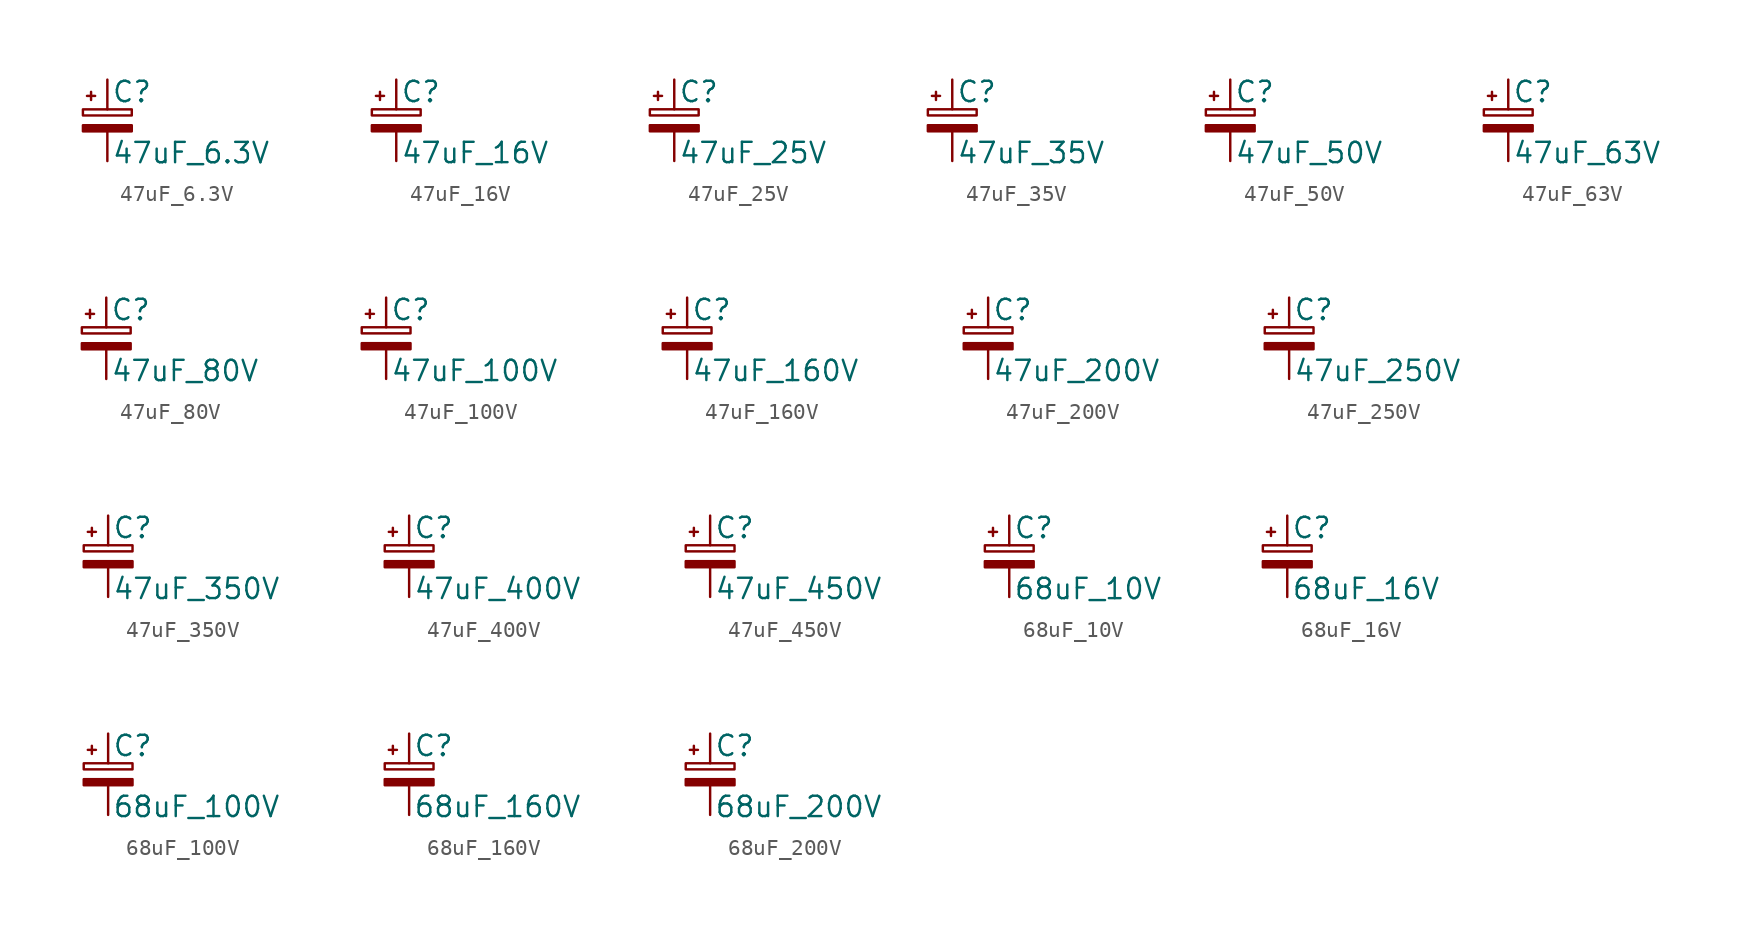
<source format=kicad_sym>
(kicad_symbol_lib
  (version 20211014)
  (generator kicad_symbol_editor)
  (symbol "47uF_6.3V"
    (pin_numbers hide)
    (pin_names
      (offset 0.254) hide)
    (property "Reference" "C"
      (at 0.254 1.778 0)
      (effects (font (size 1.27 1.27)) (justify left)))
    (property "Value" "47uF_6.3V"
      (at 0.254 -2.032 0)
      (effects (font (size 1.27 1.27)) (justify left)))
    (symbol "47uF_6.3V_0_1"
      (rectangle (start -1.524 -0.305) (end 1.524 -0.686) (stroke (width 0) (type default) (color 0 0 0 0)) (fill (type outline)))
      (rectangle (start -1.524 0.686) (end 1.524 0.305) (stroke (width 0) (type default) (color 0 0 0 0)) (fill (type none)))
      (polyline (pts (xy -1.27 1.524) (xy -0.762 1.524)) (stroke (width 0) (type default) (color 0 0 0 0)) (fill (type none)))
      (polyline (pts (xy -1.016 1.27) (xy -1.016 1.778)) (stroke (width 0) (type default) (color 0 0 0 0)) (fill (type none))))
    (symbol "47uF_6.3V_1_1"
      (pin passive line (at 0 2.54 270) (length 1.854) (name "~" (effects (font (size 1.27 1.27)))) (number "1" (effects (font (size 1.27 1.27)))))
      (pin passive line (at 0 -2.54 90) (length 1.854) (name "~" (effects (font (size 1.27 1.27)))) (number "2" (effects (font (size 1.27 1.27)))))))
  (symbol "47uF_16V"
    (pin_numbers hide)
    (pin_names
      (offset 0.254) hide)
    (property "Reference" "C"
      (at 0.254 1.778 0)
      (effects (font (size 1.27 1.27)) (justify left)))
    (property "Value" "47uF_16V"
      (at 0.254 -2.032 0)
      (effects (font (size 1.27 1.27)) (justify left)))
    (symbol "47uF_16V_0_1"
      (rectangle (start -1.524 -0.305) (end 1.524 -0.686) (stroke (width 0) (type default) (color 0 0 0 0)) (fill (type outline)))
      (rectangle (start -1.524 0.686) (end 1.524 0.305) (stroke (width 0) (type default) (color 0 0 0 0)) (fill (type none)))
      (polyline (pts (xy -1.27 1.524) (xy -0.762 1.524)) (stroke (width 0) (type default) (color 0 0 0 0)) (fill (type none)))
      (polyline (pts (xy -1.016 1.27) (xy -1.016 1.778)) (stroke (width 0) (type default) (color 0 0 0 0)) (fill (type none))))
    (symbol "47uF_16V_1_1"
      (pin passive line (at 0 2.54 270) (length 1.854) (name "~" (effects (font (size 1.27 1.27)))) (number "1" (effects (font (size 1.27 1.27)))))
      (pin passive line (at 0 -2.54 90) (length 1.854) (name "~" (effects (font (size 1.27 1.27)))) (number "2" (effects (font (size 1.27 1.27)))))))
  (symbol "47uF_25V"
    (pin_numbers hide)
    (pin_names
      (offset 0.254) hide)
    (property "Reference" "C"
      (at 0.254 1.778 0)
      (effects (font (size 1.27 1.27)) (justify left)))
    (property "Value" "47uF_25V"
      (at 0.254 -2.032 0)
      (effects (font (size 1.27 1.27)) (justify left)))
    (symbol "47uF_25V_0_1"
      (rectangle (start -1.524 -0.305) (end 1.524 -0.686) (stroke (width 0) (type default) (color 0 0 0 0)) (fill (type outline)))
      (rectangle (start -1.524 0.686) (end 1.524 0.305) (stroke (width 0) (type default) (color 0 0 0 0)) (fill (type none)))
      (polyline (pts (xy -1.27 1.524) (xy -0.762 1.524)) (stroke (width 0) (type default) (color 0 0 0 0)) (fill (type none)))
      (polyline (pts (xy -1.016 1.27) (xy -1.016 1.778)) (stroke (width 0) (type default) (color 0 0 0 0)) (fill (type none))))
    (symbol "47uF_25V_1_1"
      (pin passive line (at 0 2.54 270) (length 1.854) (name "~" (effects (font (size 1.27 1.27)))) (number "1" (effects (font (size 1.27 1.27)))))
      (pin passive line (at 0 -2.54 90) (length 1.854) (name "~" (effects (font (size 1.27 1.27)))) (number "2" (effects (font (size 1.27 1.27)))))))
  (symbol "47uF_35V"
    (pin_numbers hide)
    (pin_names
      (offset 0.254) hide)
    (property "Reference" "C"
      (at 0.254 1.778 0)
      (effects (font (size 1.27 1.27)) (justify left)))
    (property "Value" "47uF_35V"
      (at 0.254 -2.032 0)
      (effects (font (size 1.27 1.27)) (justify left)))
    (symbol "47uF_35V_0_1"
      (rectangle (start -1.524 -0.305) (end 1.524 -0.686) (stroke (width 0) (type default) (color 0 0 0 0)) (fill (type outline)))
      (rectangle (start -1.524 0.686) (end 1.524 0.305) (stroke (width 0) (type default) (color 0 0 0 0)) (fill (type none)))
      (polyline (pts (xy -1.27 1.524) (xy -0.762 1.524)) (stroke (width 0) (type default) (color 0 0 0 0)) (fill (type none)))
      (polyline (pts (xy -1.016 1.27) (xy -1.016 1.778)) (stroke (width 0) (type default) (color 0 0 0 0)) (fill (type none))))
    (symbol "47uF_35V_1_1"
      (pin passive line (at 0 2.54 270) (length 1.854) (name "~" (effects (font (size 1.27 1.27)))) (number "1" (effects (font (size 1.27 1.27)))))
      (pin passive line (at 0 -2.54 90) (length 1.854) (name "~" (effects (font (size 1.27 1.27)))) (number "2" (effects (font (size 1.27 1.27)))))))
  (symbol "47uF_50V"
    (pin_numbers hide)
    (pin_names
      (offset 0.254) hide)
    (property "Reference" "C"
      (at 0.254 1.778 0)
      (effects (font (size 1.27 1.27)) (justify left)))
    (property "Value" "47uF_50V"
      (at 0.254 -2.032 0)
      (effects (font (size 1.27 1.27)) (justify left)))
    (symbol "47uF_50V_0_1"
      (rectangle (start -1.524 -0.305) (end 1.524 -0.686) (stroke (width 0) (type default) (color 0 0 0 0)) (fill (type outline)))
      (rectangle (start -1.524 0.686) (end 1.524 0.305) (stroke (width 0) (type default) (color 0 0 0 0)) (fill (type none)))
      (polyline (pts (xy -1.27 1.524) (xy -0.762 1.524)) (stroke (width 0) (type default) (color 0 0 0 0)) (fill (type none)))
      (polyline (pts (xy -1.016 1.27) (xy -1.016 1.778)) (stroke (width 0) (type default) (color 0 0 0 0)) (fill (type none))))
    (symbol "47uF_50V_1_1"
      (pin passive line (at 0 2.54 270) (length 1.854) (name "~" (effects (font (size 1.27 1.27)))) (number "1" (effects (font (size 1.27 1.27)))))
      (pin passive line (at 0 -2.54 90) (length 1.854) (name "~" (effects (font (size 1.27 1.27)))) (number "2" (effects (font (size 1.27 1.27)))))))
  (symbol "47uF_63V"
    (pin_numbers hide)
    (pin_names
      (offset 0.254) hide)
    (property "Reference" "C"
      (at 0.254 1.778 0)
      (effects (font (size 1.27 1.27)) (justify left)))
    (property "Value" "47uF_63V"
      (at 0.254 -2.032 0)
      (effects (font (size 1.27 1.27)) (justify left)))
    (symbol "47uF_63V_0_1"
      (rectangle (start -1.524 -0.305) (end 1.524 -0.686) (stroke (width 0) (type default) (color 0 0 0 0)) (fill (type outline)))
      (rectangle (start -1.524 0.686) (end 1.524 0.305) (stroke (width 0) (type default) (color 0 0 0 0)) (fill (type none)))
      (polyline (pts (xy -1.27 1.524) (xy -0.762 1.524)) (stroke (width 0) (type default) (color 0 0 0 0)) (fill (type none)))
      (polyline (pts (xy -1.016 1.27) (xy -1.016 1.778)) (stroke (width 0) (type default) (color 0 0 0 0)) (fill (type none))))
    (symbol "47uF_63V_1_1"
      (pin passive line (at 0 2.54 270) (length 1.854) (name "~" (effects (font (size 1.27 1.27)))) (number "1" (effects (font (size 1.27 1.27)))))
      (pin passive line (at 0 -2.54 90) (length 1.854) (name "~" (effects (font (size 1.27 1.27)))) (number "2" (effects (font (size 1.27 1.27)))))))
  (symbol "47uF_80V"
    (pin_numbers hide)
    (pin_names
      (offset 0.254) hide)
    (property "Reference" "C"
      (at 0.254 1.778 0)
      (effects (font (size 1.27 1.27)) (justify left)))
    (property "Value" "47uF_80V"
      (at 0.254 -2.032 0)
      (effects (font (size 1.27 1.27)) (justify left)))
    (symbol "47uF_80V_0_1"
      (rectangle (start -1.524 -0.305) (end 1.524 -0.686) (stroke (width 0) (type default) (color 0 0 0 0)) (fill (type outline)))
      (rectangle (start -1.524 0.686) (end 1.524 0.305) (stroke (width 0) (type default) (color 0 0 0 0)) (fill (type none)))
      (polyline (pts (xy -1.27 1.524) (xy -0.762 1.524)) (stroke (width 0) (type default) (color 0 0 0 0)) (fill (type none)))
      (polyline (pts (xy -1.016 1.27) (xy -1.016 1.778)) (stroke (width 0) (type default) (color 0 0 0 0)) (fill (type none))))
    (symbol "47uF_80V_1_1"
      (pin passive line (at 0 2.54 270) (length 1.854) (name "~" (effects (font (size 1.27 1.27)))) (number "1" (effects (font (size 1.27 1.27)))))
      (pin passive line (at 0 -2.54 90) (length 1.854) (name "~" (effects (font (size 1.27 1.27)))) (number "2" (effects (font (size 1.27 1.27)))))))
  (symbol "47uF_100V"
    (pin_numbers hide)
    (pin_names
      (offset 0.254) hide)
    (property "Reference" "C"
      (at 0.254 1.778 0)
      (effects (font (size 1.27 1.27)) (justify left)))
    (property "Value" "47uF_100V"
      (at 0.254 -2.032 0)
      (effects (font (size 1.27 1.27)) (justify left)))
    (symbol "47uF_100V_0_1"
      (rectangle (start -1.524 -0.305) (end 1.524 -0.686) (stroke (width 0) (type default) (color 0 0 0 0)) (fill (type outline)))
      (rectangle (start -1.524 0.686) (end 1.524 0.305) (stroke (width 0) (type default) (color 0 0 0 0)) (fill (type none)))
      (polyline (pts (xy -1.27 1.524) (xy -0.762 1.524)) (stroke (width 0) (type default) (color 0 0 0 0)) (fill (type none)))
      (polyline (pts (xy -1.016 1.27) (xy -1.016 1.778)) (stroke (width 0) (type default) (color 0 0 0 0)) (fill (type none))))
    (symbol "47uF_100V_1_1"
      (pin passive line (at 0 2.54 270) (length 1.854) (name "~" (effects (font (size 1.27 1.27)))) (number "1" (effects (font (size 1.27 1.27)))))
      (pin passive line (at 0 -2.54 90) (length 1.854) (name "~" (effects (font (size 1.27 1.27)))) (number "2" (effects (font (size 1.27 1.27)))))))
  (symbol "47uF_160V"
    (pin_numbers hide)
    (pin_names
      (offset 0.254) hide)
    (property "Reference" "C"
      (at 0.254 1.778 0)
      (effects (font (size 1.27 1.27)) (justify left)))
    (property "Value" "47uF_160V"
      (at 0.254 -2.032 0)
      (effects (font (size 1.27 1.27)) (justify left)))
    (symbol "47uF_160V_0_1"
      (rectangle (start -1.524 -0.305) (end 1.524 -0.686) (stroke (width 0) (type default) (color 0 0 0 0)) (fill (type outline)))
      (rectangle (start -1.524 0.686) (end 1.524 0.305) (stroke (width 0) (type default) (color 0 0 0 0)) (fill (type none)))
      (polyline (pts (xy -1.27 1.524) (xy -0.762 1.524)) (stroke (width 0) (type default) (color 0 0 0 0)) (fill (type none)))
      (polyline (pts (xy -1.016 1.27) (xy -1.016 1.778)) (stroke (width 0) (type default) (color 0 0 0 0)) (fill (type none))))
    (symbol "47uF_160V_1_1"
      (pin passive line (at 0 2.54 270) (length 1.854) (name "~" (effects (font (size 1.27 1.27)))) (number "1" (effects (font (size 1.27 1.27)))))
      (pin passive line (at 0 -2.54 90) (length 1.854) (name "~" (effects (font (size 1.27 1.27)))) (number "2" (effects (font (size 1.27 1.27)))))))
  (symbol "47uF_200V"
    (pin_numbers hide)
    (pin_names
      (offset 0.254) hide)
    (property "Reference" "C"
      (at 0.254 1.778 0)
      (effects (font (size 1.27 1.27)) (justify left)))
    (property "Value" "47uF_200V"
      (at 0.254 -2.032 0)
      (effects (font (size 1.27 1.27)) (justify left)))
    (symbol "47uF_200V_0_1"
      (rectangle (start -1.524 -0.305) (end 1.524 -0.686) (stroke (width 0) (type default) (color 0 0 0 0)) (fill (type outline)))
      (rectangle (start -1.524 0.686) (end 1.524 0.305) (stroke (width 0) (type default) (color 0 0 0 0)) (fill (type none)))
      (polyline (pts (xy -1.27 1.524) (xy -0.762 1.524)) (stroke (width 0) (type default) (color 0 0 0 0)) (fill (type none)))
      (polyline (pts (xy -1.016 1.27) (xy -1.016 1.778)) (stroke (width 0) (type default) (color 0 0 0 0)) (fill (type none))))
    (symbol "47uF_200V_1_1"
      (pin passive line (at 0 2.54 270) (length 1.854) (name "~" (effects (font (size 1.27 1.27)))) (number "1" (effects (font (size 1.27 1.27)))))
      (pin passive line (at 0 -2.54 90) (length 1.854) (name "~" (effects (font (size 1.27 1.27)))) (number "2" (effects (font (size 1.27 1.27)))))))
  (symbol "47uF_250V"
    (pin_numbers hide)
    (pin_names
      (offset 0.254) hide)
    (property "Reference" "C"
      (at 0.254 1.778 0)
      (effects (font (size 1.27 1.27)) (justify left)))
    (property "Value" "47uF_250V"
      (at 0.254 -2.032 0)
      (effects (font (size 1.27 1.27)) (justify left)))
    (symbol "47uF_250V_0_1"
      (rectangle (start -1.524 -0.305) (end 1.524 -0.686) (stroke (width 0) (type default) (color 0 0 0 0)) (fill (type outline)))
      (rectangle (start -1.524 0.686) (end 1.524 0.305) (stroke (width 0) (type default) (color 0 0 0 0)) (fill (type none)))
      (polyline (pts (xy -1.27 1.524) (xy -0.762 1.524)) (stroke (width 0) (type default) (color 0 0 0 0)) (fill (type none)))
      (polyline (pts (xy -1.016 1.27) (xy -1.016 1.778)) (stroke (width 0) (type default) (color 0 0 0 0)) (fill (type none))))
    (symbol "47uF_250V_1_1"
      (pin passive line (at 0 2.54 270) (length 1.854) (name "~" (effects (font (size 1.27 1.27)))) (number "1" (effects (font (size 1.27 1.27)))))
      (pin passive line (at 0 -2.54 90) (length 1.854) (name "~" (effects (font (size 1.27 1.27)))) (number "2" (effects (font (size 1.27 1.27)))))))
  (symbol "47uF_350V"
    (pin_numbers hide)
    (pin_names
      (offset 0.254) hide)
    (property "Reference" "C"
      (at 0.254 1.778 0)
      (effects (font (size 1.27 1.27)) (justify left)))
    (property "Value" "47uF_350V"
      (at 0.254 -2.032 0)
      (effects (font (size 1.27 1.27)) (justify left)))
    (symbol "47uF_350V_0_1"
      (rectangle (start -1.524 -0.305) (end 1.524 -0.686) (stroke (width 0) (type default) (color 0 0 0 0)) (fill (type outline)))
      (rectangle (start -1.524 0.686) (end 1.524 0.305) (stroke (width 0) (type default) (color 0 0 0 0)) (fill (type none)))
      (polyline (pts (xy -1.27 1.524) (xy -0.762 1.524)) (stroke (width 0) (type default) (color 0 0 0 0)) (fill (type none)))
      (polyline (pts (xy -1.016 1.27) (xy -1.016 1.778)) (stroke (width 0) (type default) (color 0 0 0 0)) (fill (type none))))
    (symbol "47uF_350V_1_1"
      (pin passive line (at 0 2.54 270) (length 1.854) (name "~" (effects (font (size 1.27 1.27)))) (number "1" (effects (font (size 1.27 1.27)))))
      (pin passive line (at 0 -2.54 90) (length 1.854) (name "~" (effects (font (size 1.27 1.27)))) (number "2" (effects (font (size 1.27 1.27)))))))
  (symbol "47uF_400V"
    (pin_numbers hide)
    (pin_names
      (offset 0.254) hide)
    (property "Reference" "C"
      (at 0.254 1.778 0)
      (effects (font (size 1.27 1.27)) (justify left)))
    (property "Value" "47uF_400V"
      (at 0.254 -2.032 0)
      (effects (font (size 1.27 1.27)) (justify left)))
    (symbol "47uF_400V_0_1"
      (rectangle (start -1.524 -0.305) (end 1.524 -0.686) (stroke (width 0) (type default) (color 0 0 0 0)) (fill (type outline)))
      (rectangle (start -1.524 0.686) (end 1.524 0.305) (stroke (width 0) (type default) (color 0 0 0 0)) (fill (type none)))
      (polyline (pts (xy -1.27 1.524) (xy -0.762 1.524)) (stroke (width 0) (type default) (color 0 0 0 0)) (fill (type none)))
      (polyline (pts (xy -1.016 1.27) (xy -1.016 1.778)) (stroke (width 0) (type default) (color 0 0 0 0)) (fill (type none))))
    (symbol "47uF_400V_1_1"
      (pin passive line (at 0 2.54 270) (length 1.854) (name "~" (effects (font (size 1.27 1.27)))) (number "1" (effects (font (size 1.27 1.27)))))
      (pin passive line (at 0 -2.54 90) (length 1.854) (name "~" (effects (font (size 1.27 1.27)))) (number "2" (effects (font (size 1.27 1.27)))))))
  (symbol "47uF_450V"
    (pin_numbers hide)
    (pin_names
      (offset 0.254) hide)
    (property "Reference" "C"
      (at 0.254 1.778 0)
      (effects (font (size 1.27 1.27)) (justify left)))
    (property "Value" "47uF_450V"
      (at 0.254 -2.032 0)
      (effects (font (size 1.27 1.27)) (justify left)))
    (symbol "47uF_450V_0_1"
      (rectangle (start -1.524 -0.305) (end 1.524 -0.686) (stroke (width 0) (type default) (color 0 0 0 0)) (fill (type outline)))
      (rectangle (start -1.524 0.686) (end 1.524 0.305) (stroke (width 0) (type default) (color 0 0 0 0)) (fill (type none)))
      (polyline (pts (xy -1.27 1.524) (xy -0.762 1.524)) (stroke (width 0) (type default) (color 0 0 0 0)) (fill (type none)))
      (polyline (pts (xy -1.016 1.27) (xy -1.016 1.778)) (stroke (width 0) (type default) (color 0 0 0 0)) (fill (type none))))
    (symbol "47uF_450V_1_1"
      (pin passive line (at 0 2.54 270) (length 1.854) (name "~" (effects (font (size 1.27 1.27)))) (number "1" (effects (font (size 1.27 1.27)))))
      (pin passive line (at 0 -2.54 90) (length 1.854) (name "~" (effects (font (size 1.27 1.27)))) (number "2" (effects (font (size 1.27 1.27)))))))
  (symbol "68uF_10V"
    (pin_numbers hide)
    (pin_names
      (offset 0.254) hide)
    (property "Reference" "C"
      (at 0.254 1.778 0)
      (effects (font (size 1.27 1.27)) (justify left)))
    (property "Value" "68uF_10V"
      (at 0.254 -2.032 0)
      (effects (font (size 1.27 1.27)) (justify left)))
    (symbol "68uF_10V_0_1"
      (rectangle (start -1.524 -0.305) (end 1.524 -0.686) (stroke (width 0) (type default) (color 0 0 0 0)) (fill (type outline)))
      (rectangle (start -1.524 0.686) (end 1.524 0.305) (stroke (width 0) (type default) (color 0 0 0 0)) (fill (type none)))
      (polyline (pts (xy -1.27 1.524) (xy -0.762 1.524)) (stroke (width 0) (type default) (color 0 0 0 0)) (fill (type none)))
      (polyline (pts (xy -1.016 1.27) (xy -1.016 1.778)) (stroke (width 0) (type default) (color 0 0 0 0)) (fill (type none))))
    (symbol "68uF_10V_1_1"
      (pin passive line (at 0 2.54 270) (length 1.854) (name "~" (effects (font (size 1.27 1.27)))) (number "1" (effects (font (size 1.27 1.27)))))
      (pin passive line (at 0 -2.54 90) (length 1.854) (name "~" (effects (font (size 1.27 1.27)))) (number "2" (effects (font (size 1.27 1.27)))))))
  (symbol "68uF_16V"
    (pin_numbers hide)
    (pin_names
      (offset 0.254) hide)
    (property "Reference" "C"
      (at 0.254 1.778 0)
      (effects (font (size 1.27 1.27)) (justify left)))
    (property "Value" "68uF_16V"
      (at 0.254 -2.032 0)
      (effects (font (size 1.27 1.27)) (justify left)))
    (symbol "68uF_16V_0_1"
      (rectangle (start -1.524 -0.305) (end 1.524 -0.686) (stroke (width 0) (type default) (color 0 0 0 0)) (fill (type outline)))
      (rectangle (start -1.524 0.686) (end 1.524 0.305) (stroke (width 0) (type default) (color 0 0 0 0)) (fill (type none)))
      (polyline (pts (xy -1.27 1.524) (xy -0.762 1.524)) (stroke (width 0) (type default) (color 0 0 0 0)) (fill (type none)))
      (polyline (pts (xy -1.016 1.27) (xy -1.016 1.778)) (stroke (width 0) (type default) (color 0 0 0 0)) (fill (type none))))
    (symbol "68uF_16V_1_1"
      (pin passive line (at 0 2.54 270) (length 1.854) (name "~" (effects (font (size 1.27 1.27)))) (number "1" (effects (font (size 1.27 1.27)))))
      (pin passive line (at 0 -2.54 90) (length 1.854) (name "~" (effects (font (size 1.27 1.27)))) (number "2" (effects (font (size 1.27 1.27)))))))
  (symbol "68uF_100V"
    (pin_numbers hide)
    (pin_names
      (offset 0.254) hide)
    (property "Reference" "C"
      (at 0.254 1.778 0)
      (effects (font (size 1.27 1.27)) (justify left)))
    (property "Value" "68uF_100V"
      (at 0.254 -2.032 0)
      (effects (font (size 1.27 1.27)) (justify left)))
    (symbol "68uF_100V_0_1"
      (rectangle (start -1.524 -0.305) (end 1.524 -0.686) (stroke (width 0) (type default) (color 0 0 0 0)) (fill (type outline)))
      (rectangle (start -1.524 0.686) (end 1.524 0.305) (stroke (width 0) (type default) (color 0 0 0 0)) (fill (type none)))
      (polyline (pts (xy -1.27 1.524) (xy -0.762 1.524)) (stroke (width 0) (type default) (color 0 0 0 0)) (fill (type none)))
      (polyline (pts (xy -1.016 1.27) (xy -1.016 1.778)) (stroke (width 0) (type default) (color 0 0 0 0)) (fill (type none))))
    (symbol "68uF_100V_1_1"
      (pin passive line (at 0 2.54 270) (length 1.854) (name "~" (effects (font (size 1.27 1.27)))) (number "1" (effects (font (size 1.27 1.27)))))
      (pin passive line (at 0 -2.54 90) (length 1.854) (name "~" (effects (font (size 1.27 1.27)))) (number "2" (effects (font (size 1.27 1.27)))))))
  (symbol "68uF_160V"
    (pin_numbers hide)
    (pin_names
      (offset 0.254) hide)
    (property "Reference" "C"
      (at 0.254 1.778 0)
      (effects (font (size 1.27 1.27)) (justify left)))
    (property "Value" "68uF_160V"
      (at 0.254 -2.032 0)
      (effects (font (size 1.27 1.27)) (justify left)))
    (symbol "68uF_160V_0_1"
      (rectangle (start -1.524 -0.305) (end 1.524 -0.686) (stroke (width 0) (type default) (color 0 0 0 0)) (fill (type outline)))
      (rectangle (start -1.524 0.686) (end 1.524 0.305) (stroke (width 0) (type default) (color 0 0 0 0)) (fill (type none)))
      (polyline (pts (xy -1.27 1.524) (xy -0.762 1.524)) (stroke (width 0) (type default) (color 0 0 0 0)) (fill (type none)))
      (polyline (pts (xy -1.016 1.27) (xy -1.016 1.778)) (stroke (width 0) (type default) (color 0 0 0 0)) (fill (type none))))
    (symbol "68uF_160V_1_1"
      (pin passive line (at 0 2.54 270) (length 1.854) (name "~" (effects (font (size 1.27 1.27)))) (number "1" (effects (font (size 1.27 1.27)))))
      (pin passive line (at 0 -2.54 90) (length 1.854) (name "~" (effects (font (size 1.27 1.27)))) (number "2" (effects (font (size 1.27 1.27)))))))
  (symbol "68uF_200V"
    (pin_numbers hide)
    (pin_names
      (offset 0.254) hide)
    (property "Reference" "C"
      (at 0.254 1.778 0)
      (effects (font (size 1.27 1.27)) (justify left)))
    (property "Value" "68uF_200V"
      (at 0.254 -2.032 0)
      (effects (font (size 1.27 1.27)) (justify left)))
    (symbol "68uF_200V_0_1"
      (rectangle (start -1.524 -0.305) (end 1.524 -0.686) (stroke (width 0) (type default) (color 0 0 0 0)) (fill (type outline)))
      (rectangle (start -1.524 0.686) (end 1.524 0.305) (stroke (width 0) (type default) (color 0 0 0 0)) (fill (type none)))
      (polyline (pts (xy -1.27 1.524) (xy -0.762 1.524)) (stroke (width 0) (type default) (color 0 0 0 0)) (fill (type none)))
      (polyline (pts (xy -1.016 1.27) (xy -1.016 1.778)) (stroke (width 0) (type default) (color 0 0 0 0)) (fill (type none))))
    (symbol "68uF_200V_1_1"
      (pin passive line (at 0 2.54 270) (length 1.854) (name "~" (effects (font (size 1.27 1.27)))) (number "1" (effects (font (size 1.27 1.27)))))
      (pin passive line (at 0 -2.54 90) (length 1.854) (name "~" (effects (font (size 1.27 1.27)))) (number "2" (effects (font (size 1.27 1.27))))))))
</source>
